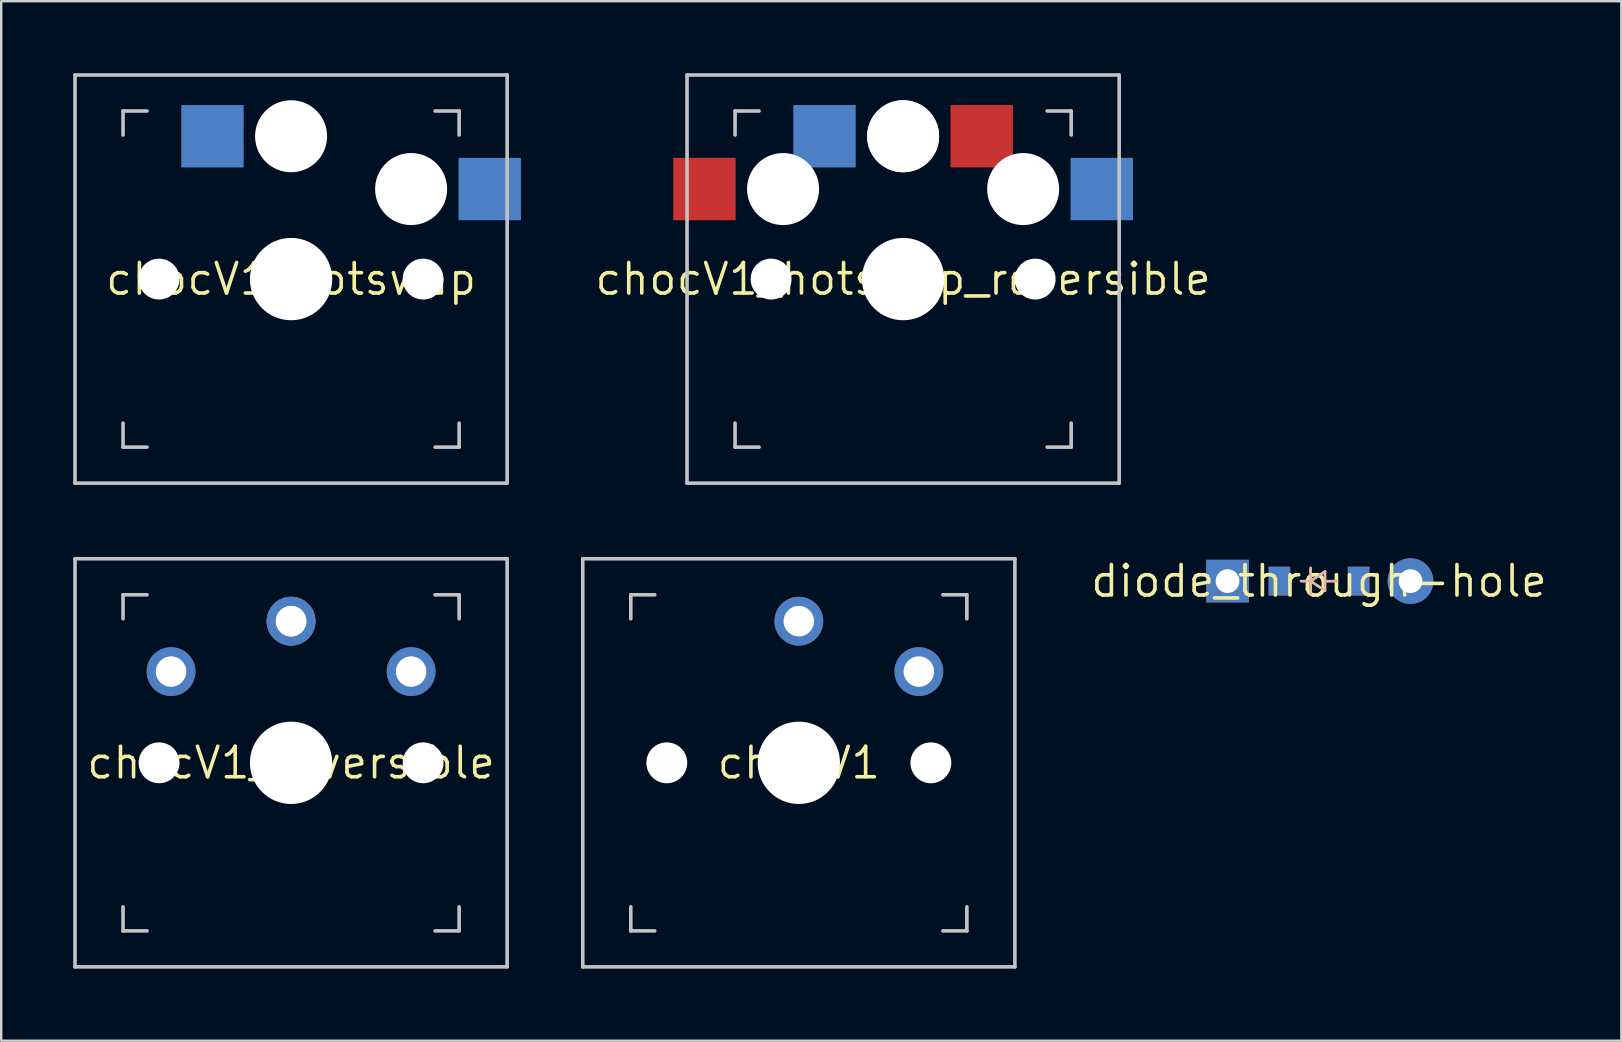
<source format=kicad_pcb>
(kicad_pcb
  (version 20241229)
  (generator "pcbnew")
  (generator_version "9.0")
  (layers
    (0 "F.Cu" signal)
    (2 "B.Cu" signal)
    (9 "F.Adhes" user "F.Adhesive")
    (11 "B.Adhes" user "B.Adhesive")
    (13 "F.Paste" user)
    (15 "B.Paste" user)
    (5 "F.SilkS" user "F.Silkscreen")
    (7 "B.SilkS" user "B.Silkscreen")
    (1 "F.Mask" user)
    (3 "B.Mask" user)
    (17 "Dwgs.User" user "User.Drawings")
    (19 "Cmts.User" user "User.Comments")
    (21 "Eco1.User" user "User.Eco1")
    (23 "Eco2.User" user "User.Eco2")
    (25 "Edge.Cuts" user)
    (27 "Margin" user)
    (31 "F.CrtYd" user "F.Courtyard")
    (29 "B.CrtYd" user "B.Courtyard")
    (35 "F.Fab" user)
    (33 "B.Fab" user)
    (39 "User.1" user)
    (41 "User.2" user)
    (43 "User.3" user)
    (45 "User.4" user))
  (footprint "chocV1_reversible"
    (layer "F.Cu")
    (at 9.075 28.725)
    (property "Reference" "chocV1_reversible" (at 0 0 180) (layer "F.SilkS") (effects (font (size 1.27 1.27) (thickness 0.15))))
    (attr through_hole)
    (fp_line (start -9 -8.5) (end 9 -8.5) (stroke (width 0.15) (type solid)) (layer "Dwgs.User"))
    (fp_line (start -9 8.5) (end -9 -8.5) (stroke (width 0.15) (type solid)) (layer "Dwgs.User"))
    (fp_line (start -7 -6) (end -7 -7) (stroke (width 0.15) (type solid)) (layer "Dwgs.User"))
    (fp_line (start -7 7) (end -7 6) (stroke (width 0.15) (type solid)) (layer "Dwgs.User"))
    (fp_line (start -7 7) (end -6 7) (stroke (width 0.15) (type solid)) (layer "Dwgs.User"))
    (fp_line (start -6 -7) (end -7 -7) (stroke (width 0.15) (type solid)) (layer "Dwgs.User"))
    (fp_line (start 6 7) (end 7 7) (stroke (width 0.15) (type solid)) (layer "Dwgs.User"))
    (fp_line (start 7 -7) (end 6 -7) (stroke (width 0.15) (type solid)) (layer "Dwgs.User"))
    (fp_line (start 7 -7) (end 7 -6) (stroke (width 0.15) (type solid)) (layer "Dwgs.User"))
    (fp_line (start 7 6) (end 7 7) (stroke (width 0.15) (type solid)) (layer "Dwgs.User"))
    (fp_line (start 9 -8.5) (end 9 8.5) (stroke (width 0.15) (type solid)) (layer "Dwgs.User"))
    (fp_line (start 9 8.5) (end -9 8.5) (stroke (width 0.15) (type solid)) (layer "Dwgs.User"))
    (pad "" np_thru_hole circle (at -5.5 0 180) (size 1.702 1.702) (drill 1.702) (layers "*.Cu" "*.Mask"))
    (pad "" np_thru_hole circle (at 0 0 180) (size 3.429 3.429) (drill 3.429) (layers "*.Cu" "*.Mask"))
    (pad "" np_thru_hole circle (at 5.5 0 180) (size 1.702 1.702) (drill 1.702) (layers "*.Cu" "*.Mask"))
    (pad "1" thru_hole circle (at -5 -3.8 180) (size 2.032 2.032) (drill 1.27) (layers "*.Cu" "*.Mask"))
    (pad "1" thru_hole circle (at 5 -3.8 180) (size 2.032 2.032) (drill 1.27) (layers "*.Cu" "*.Mask"))
    (pad "2" thru_hole circle (at 0 -5.9 180) (size 2.032 2.032) (drill 1.27) (layers "*.Cu" "*.Mask"))
    (pad "2" thru_hole circle (at 0 -5.9 180) (size 2.032 2.032) (drill 1.27) (layers "*.Cu" "*.Mask")))
  (footprint "chocV1_hotswap_reversible"
    (layer "F.Cu")
    (at 34.569 8.575)
    (property "Reference" "chocV1_hotswap_reversible" (at 0 0 0) (layer "F.SilkS") (effects (font (size 1.27 1.27) (thickness 0.15))))
    (attr through_hole)
    (fp_line (start -9 -8.5) (end 9 -8.5) (stroke (width 0.15) (type solid)) (layer "Dwgs.User"))
    (fp_line (start -9 8.5) (end -9 -8.5) (stroke (width 0.15) (type solid)) (layer "Dwgs.User"))
    (fp_line (start -7 -6) (end -7 -7) (stroke (width 0.15) (type solid)) (layer "Dwgs.User"))
    (fp_line (start -7 7) (end -7 6) (stroke (width 0.15) (type solid)) (layer "Dwgs.User"))
    (fp_line (start -7 7) (end -6 7) (stroke (width 0.15) (type solid)) (layer "Dwgs.User"))
    (fp_line (start -6 -7) (end -7 -7) (stroke (width 0.15) (type solid)) (layer "Dwgs.User"))
    (fp_line (start 6 7) (end 7 7) (stroke (width 0.15) (type solid)) (layer "Dwgs.User"))
    (fp_line (start 7 -7) (end 6 -7) (stroke (width 0.15) (type solid)) (layer "Dwgs.User"))
    (fp_line (start 7 -7) (end 7 -6) (stroke (width 0.15) (type solid)) (layer "Dwgs.User"))
    (fp_line (start 7 6) (end 7 7) (stroke (width 0.15) (type solid)) (layer "Dwgs.User"))
    (fp_line (start 9 -8.5) (end 9 8.5) (stroke (width 0.15) (type solid)) (layer "Dwgs.User"))
    (fp_line (start 9 8.5) (end -9 8.5) (stroke (width 0.15) (type solid)) (layer "Dwgs.User"))
    (pad "" np_thru_hole circle (at -5.5 0 180) (size 1.702 1.702) (drill 1.702) (layers "*.Cu" "*.Mask"))
    (pad "" np_thru_hole circle (at -5 -3.75 180) (size 3 3) (drill 3) (layers "*.Cu" "*.Mask"))
    (pad "" np_thru_hole circle (at 0 -5.95 180) (size 3 3) (drill 3) (layers "*.Cu" "*.Mask"))
    (pad "" np_thru_hole circle (at 0 -5.95 180) (size 3 3) (drill 3) (layers "*.Cu" "*.Mask"))
    (pad "" np_thru_hole circle (at 0 0 180) (size 3.429 3.429) (drill 3.429) (layers "*.Cu" "*.Mask"))
    (pad "" np_thru_hole circle (at 5 -3.75 180) (size 3 3) (drill 3) (layers "*.Cu" "*.Mask"))
    (pad "" np_thru_hole circle (at 5.5 0 180) (size 1.702 1.702) (drill 1.702) (layers "*.Cu" "*.Mask"))
    (pad "1" smd rect (at -3.275 -5.95) (size 2.6 2.6) (layers "B.Cu" "B.Mask" "B.Paste"))
    (pad "1" smd rect (at 3.275 -5.95) (size 2.6 2.6) (layers "F.Cu" "F.Mask" "F.Paste"))
    (pad "2" smd rect (at -8.275 -3.75) (size 2.6 2.6) (layers "F.Cu" "F.Mask" "F.Paste"))
    (pad "2" smd rect (at 8.275 -3.75) (size 2.6 2.6) (layers "B.Cu" "B.Mask" "B.Paste")))
  (footprint "chocV1_hotswap"
    (layer "F.Cu")
    (at 9.075 8.575)
    (property "Reference" "chocV1_hotswap" (at 0 0 0) (layer "F.SilkS") (effects (font (size 1.27 1.27) (thickness 0.15))))
    (attr through_hole)
    (fp_line (start -9 -8.5) (end 9 -8.5) (stroke (width 0.15) (type solid)) (layer "Dwgs.User"))
    (fp_line (start -9 8.5) (end -9 -8.5) (stroke (width 0.15) (type solid)) (layer "Dwgs.User"))
    (fp_line (start -7 -6) (end -7 -7) (stroke (width 0.15) (type solid)) (layer "Dwgs.User"))
    (fp_line (start -7 7) (end -7 6) (stroke (width 0.15) (type solid)) (layer "Dwgs.User"))
    (fp_line (start -7 7) (end -6 7) (stroke (width 0.15) (type solid)) (layer "Dwgs.User"))
    (fp_line (start -6 -7) (end -7 -7) (stroke (width 0.15) (type solid)) (layer "Dwgs.User"))
    (fp_line (start 6 7) (end 7 7) (stroke (width 0.15) (type solid)) (layer "Dwgs.User"))
    (fp_line (start 7 -7) (end 6 -7) (stroke (width 0.15) (type solid)) (layer "Dwgs.User"))
    (fp_line (start 7 -7) (end 7 -6) (stroke (width 0.15) (type solid)) (layer "Dwgs.User"))
    (fp_line (start 7 6) (end 7 7) (stroke (width 0.15) (type solid)) (layer "Dwgs.User"))
    (fp_line (start 9 -8.5) (end 9 8.5) (stroke (width 0.15) (type solid)) (layer "Dwgs.User"))
    (fp_line (start 9 8.5) (end -9 8.5) (stroke (width 0.15) (type solid)) (layer "Dwgs.User"))
    (pad "" np_thru_hole circle (at -5.5 0 180) (size 1.702 1.702) (drill 1.702) (layers "*.Cu" "*.Mask"))
    (pad "" np_thru_hole circle (at 0 -5.95 180) (size 3 3) (drill 3) (layers "*.Cu" "*.Mask"))
    (pad "" np_thru_hole circle (at 0 0 180) (size 3.429 3.429) (drill 3.429) (layers "*.Cu" "*.Mask"))
    (pad "" np_thru_hole circle (at 5 -3.75 180) (size 3 3) (drill 3) (layers "*.Cu" "*.Mask"))
    (pad "" np_thru_hole circle (at 5.5 0 180) (size 1.702 1.702) (drill 1.702) (layers "*.Cu" "*.Mask"))
    (pad "1" smd rect (at -3.275 -5.95) (size 2.6 2.6) (layers "B.Cu" "B.Mask" "B.Paste"))
    (pad "2" smd rect (at 8.275 -3.75) (size 2.6 2.6) (layers "B.Cu" "B.Mask" "B.Paste")))
  (footprint "chocV1"
    (layer "F.Cu")
    (at 30.225 28.725)
    (property "Reference" "chocV1" (at 0 0 180) (layer "F.SilkS") (effects (font (size 1.27 1.27) (thickness 0.15))))
    (attr through_hole)
    (fp_line (start -9 -8.5) (end 9 -8.5) (stroke (width 0.15) (type solid)) (layer "Dwgs.User"))
    (fp_line (start -9 8.5) (end -9 -8.5) (stroke (width 0.15) (type solid)) (layer "Dwgs.User"))
    (fp_line (start -7 -6) (end -7 -7) (stroke (width 0.15) (type solid)) (layer "Dwgs.User"))
    (fp_line (start -7 7) (end -7 6) (stroke (width 0.15) (type solid)) (layer "Dwgs.User"))
    (fp_line (start -7 7) (end -6 7) (stroke (width 0.15) (type solid)) (layer "Dwgs.User"))
    (fp_line (start -6 -7) (end -7 -7) (stroke (width 0.15) (type solid)) (layer "Dwgs.User"))
    (fp_line (start 6 7) (end 7 7) (stroke (width 0.15) (type solid)) (layer "Dwgs.User"))
    (fp_line (start 7 -7) (end 6 -7) (stroke (width 0.15) (type solid)) (layer "Dwgs.User"))
    (fp_line (start 7 -7) (end 7 -6) (stroke (width 0.15) (type solid)) (layer "Dwgs.User"))
    (fp_line (start 7 6) (end 7 7) (stroke (width 0.15) (type solid)) (layer "Dwgs.User"))
    (fp_line (start 9 -8.5) (end 9 8.5) (stroke (width 0.15) (type solid)) (layer "Dwgs.User"))
    (fp_line (start 9 8.5) (end -9 8.5) (stroke (width 0.15) (type solid)) (layer "Dwgs.User"))
    (pad "" np_thru_hole circle (at -5.5 0 180) (size 1.702 1.702) (drill 1.702) (layers "*.Cu" "*.Mask"))
    (pad "" np_thru_hole circle (at 0 0 180) (size 3.429 3.429) (drill 3.429) (layers "*.Cu" "*.Mask"))
    (pad "" np_thru_hole circle (at 5.5 0 180) (size 1.702 1.702) (drill 1.702) (layers "*.Cu" "*.Mask"))
    (pad "1" thru_hole circle (at 5 -3.8 180) (size 2.032 2.032) (drill 1.27) (layers "*.Cu" "*.Mask"))
    (pad "2" thru_hole circle (at 0 -5.9 180) (size 2.032 2.032) (drill 1.27) (layers "*.Cu" "*.Mask")))
  (footprint "diode_through-hole"
    (layer "F.Cu")
    (at 51.893 21.156)
    (property "Reference" "diode_through-hole" (at 0 0 0) (layer "F.SilkS") (effects (font (size 1.27 1.27) (thickness 0.15))))
    (attr through_hole)
    (fp_line (start -0.75 0) (end -0.35 0) (stroke (width 0.1) (type solid)) (layer "F.SilkS"))
    (fp_line (start -0.35 0) (end -0.35 -0.55) (stroke (width 0.1) (type solid)) (layer "F.SilkS"))
    (fp_line (start -0.35 0) (end -0.35 0.55) (stroke (width 0.1) (type solid)) (layer "F.SilkS"))
    (fp_line (start -0.35 0) (end 0.25 -0.4) (stroke (width 0.1) (type solid)) (layer "F.SilkS"))
    (fp_line (start 0.25 -0.4) (end 0.25 0.4) (stroke (width 0.1) (type solid)) (layer "F.SilkS"))
    (fp_line (start 0.25 0) (end 0.75 0) (stroke (width 0.1) (type solid)) (layer "F.SilkS"))
    (fp_line (start 0.25 0.4) (end -0.35 0) (stroke (width 0.1) (type solid)) (layer "F.SilkS"))
    (fp_line (start -0.75 0) (end -0.35 0) (stroke (width 0.1) (type solid)) (layer "B.SilkS"))
    (fp_line (start -0.35 0) (end -0.35 -0.55) (stroke (width 0.1) (type solid)) (layer "B.SilkS"))
    (fp_line (start -0.35 0) (end -0.35 0.55) (stroke (width 0.1) (type solid)) (layer "B.SilkS"))
    (fp_line (start -0.35 0) (end 0.25 -0.4) (stroke (width 0.1) (type solid)) (layer "B.SilkS"))
    (fp_line (start 0.25 -0.4) (end 0.25 0.4) (stroke (width 0.1) (type solid)) (layer "B.SilkS"))
    (fp_line (start 0.25 0) (end 0.75 0) (stroke (width 0.1) (type solid)) (layer "B.SilkS"))
    (fp_line (start 0.25 0.4) (end -0.35 0) (stroke (width 0.1) (type solid)) (layer "B.SilkS"))
    (pad "1" smd rect (at -1.65 0) (size 0.9 1.2) (layers "F.Cu" "F.Mask" "F.Paste"))
    (pad "1" smd rect (at -1.65 0) (size 0.9 1.2) (layers "B.Cu" "B.Mask" "B.Paste"))
    (pad "1" thru_hole circle (at 3.81 0) (size 1.905 1.905) (drill 0.991) (layers "*.Cu" "*.Mask"))
    (pad "2" thru_hole rect (at -3.81 0) (size 1.778 1.778) (drill 0.991) (layers "*.Cu" "*.Mask"))
    (pad "2" smd rect (at 1.65 0) (size 0.9 1.2) (layers "F.Cu" "F.Mask" "F.Paste"))
    (pad "2" smd rect (at 1.65 0) (size 0.9 1.2) (layers "B.Cu" "B.Mask" "B.Paste")))
  (gr_rect
    (start -3 -3)
    (end 64.486 40.3)
    (stroke (width 0.1) (type default))
    (fill no)
    (layer "Edge.Cuts")))
</source>
